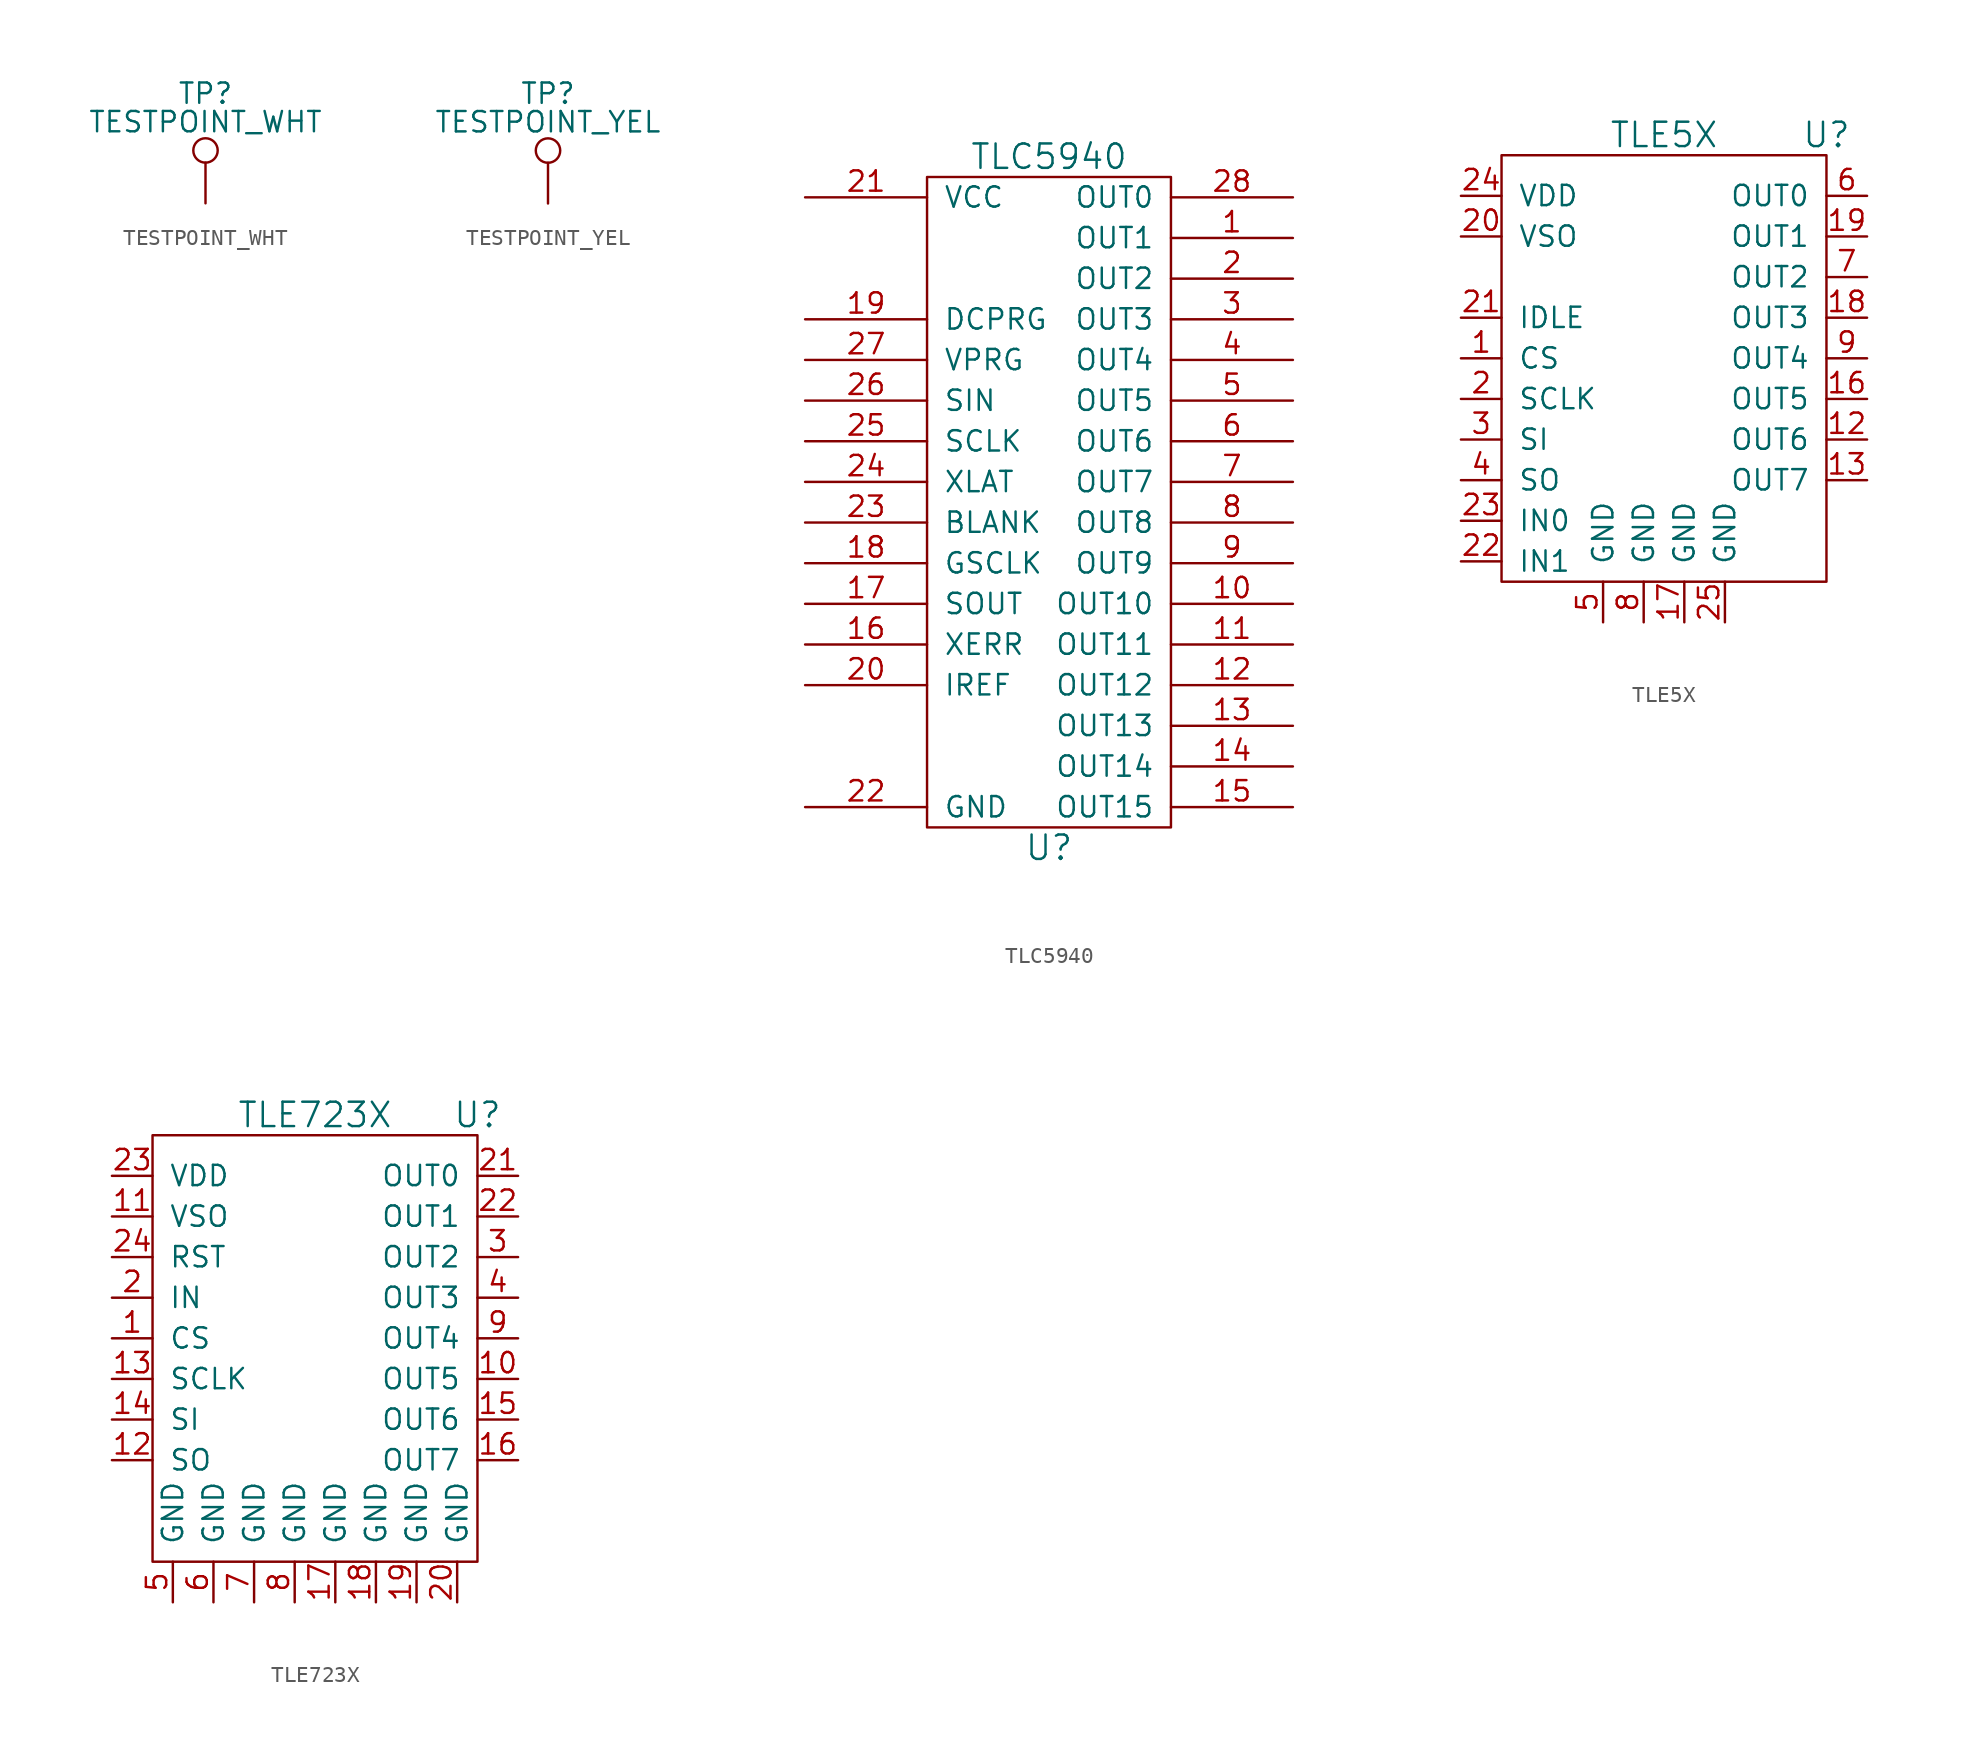
<source format=kicad_sym>
(kicad_symbol_lib
  (version 20211014)
  (generator kicad_symbol_editor)
  (symbol "TESTPOINT_WHT"
    (pin_numbers hide)
    (pin_names
      (offset 0.762) hide)
    (property "Reference" "TP"
      (at 0 6.858 0)
      (effects (font (size 1.27 1.27))))
    (property "Value" "TESTPOINT_WHT"
      (at 0 5.08 0)
      (effects (font (size 1.27 1.27))))
    (property "Datasheet" ""
      (at 5.08 0 0)
      (effects (font (size 1.27 1.27))))
    (symbol "TESTPOINT_WHT_0_1"
      (circle (center 0 3.302) (radius 0.762) (stroke (width 0) (type default) (color 0 0 0 0)) (fill (type none))))
    (symbol "TESTPOINT_WHT_1_1"
      (pin passive line (at 0 0 90) (length 2.54) (name "1" (effects (font (size 1.27 1.27)))) (number "1" (effects (font (size 1.27 1.27)))))))
  (symbol "TESTPOINT_YEL"
    (pin_numbers hide)
    (pin_names
      (offset 0.762) hide)
    (property "Reference" "TP"
      (at 0 6.858 0)
      (effects (font (size 1.27 1.27))))
    (property "Value" "TESTPOINT_YEL"
      (at 0 5.08 0)
      (effects (font (size 1.27 1.27))))
    (property "Datasheet" ""
      (at 5.08 0 0)
      (effects (font (size 1.27 1.27))))
    (symbol "TESTPOINT_YEL_0_1"
      (circle (center 0 3.302) (radius 0.762) (stroke (width 0) (type default) (color 0 0 0 0)) (fill (type none))))
    (symbol "TESTPOINT_YEL_1_1"
      (pin passive line (at 0 0 90) (length 2.54) (name "1" (effects (font (size 1.27 1.27)))) (number "1" (effects (font (size 1.27 1.27)))))))
  (symbol "TLC5940"
    (pin_names
      (offset 1.016))
    (property "Reference" "U"
      (at 0 -21.59 0)
      (effects (font (size 1.524 1.524))))
    (property "Value" "TLC5940"
      (at 0 21.59 0)
      (effects (font (size 1.524 1.524))))
    (property "Footprint" ""
      (at 0 0 0)
      (effects (font (size 1.524 1.524))))
    (property "Datasheet" ""
      (at 0 0 0)
      (effects (font (size 1.524 1.524))))
    (symbol "TLC5940_0_1"
      (rectangle (start -7.62 20.32) (end 7.62 -20.32) (stroke (width 0) (type default) (color 0 0 0 0)) (fill (type none))))
    (symbol "TLC5940_1_1"
      (pin output line (at 15.24 16.51 180) (length 7.62) (name "OUT1" (effects (font (size 1.27 1.27)))) (number "1" (effects (font (size 1.27 1.27)))))
      (pin output line (at 15.24 -6.35 180) (length 7.62) (name "OUT10" (effects (font (size 1.27 1.27)))) (number "10" (effects (font (size 1.27 1.27)))))
      (pin output line (at 15.24 -8.89 180) (length 7.62) (name "OUT11" (effects (font (size 1.27 1.27)))) (number "11" (effects (font (size 1.27 1.27)))))
      (pin output line (at 15.24 -11.43 180) (length 7.62) (name "OUT12" (effects (font (size 1.27 1.27)))) (number "12" (effects (font (size 1.27 1.27)))))
      (pin output line (at 15.24 -13.97 180) (length 7.62) (name "OUT13" (effects (font (size 1.27 1.27)))) (number "13" (effects (font (size 1.27 1.27)))))
      (pin output line (at 15.24 -16.51 180) (length 7.62) (name "OUT14" (effects (font (size 1.27 1.27)))) (number "14" (effects (font (size 1.27 1.27)))))
      (pin output line (at 15.24 -19.05 180) (length 7.62) (name "OUT15" (effects (font (size 1.27 1.27)))) (number "15" (effects (font (size 1.27 1.27)))))
      (pin bidirectional line (at -15.24 -8.89 0) (length 7.62) (name "XERR" (effects (font (size 1.27 1.27)))) (number "16" (effects (font (size 1.27 1.27)))))
      (pin bidirectional line (at -15.24 -6.35 0) (length 7.62) (name "SOUT" (effects (font (size 1.27 1.27)))) (number "17" (effects (font (size 1.27 1.27)))))
      (pin bidirectional line (at -15.24 -3.81 0) (length 7.62) (name "GSCLK" (effects (font (size 1.27 1.27)))) (number "18" (effects (font (size 1.27 1.27)))))
      (pin bidirectional line (at -15.24 11.43 0) (length 7.62) (name "DCPRG" (effects (font (size 1.27 1.27)))) (number "19" (effects (font (size 1.27 1.27)))))
      (pin output line (at 15.24 13.97 180) (length 7.62) (name "OUT2" (effects (font (size 1.27 1.27)))) (number "2" (effects (font (size 1.27 1.27)))))
      (pin bidirectional line (at -15.24 -11.43 0) (length 7.62) (name "IREF" (effects (font (size 1.27 1.27)))) (number "20" (effects (font (size 1.27 1.27)))))
      (pin power_in line (at -15.24 19.05 0) (length 7.62) (name "VCC" (effects (font (size 1.27 1.27)))) (number "21" (effects (font (size 1.27 1.27)))))
      (pin power_in line (at -15.24 -19.05 0) (length 7.62) (name "GND" (effects (font (size 1.27 1.27)))) (number "22" (effects (font (size 1.27 1.27)))))
      (pin bidirectional line (at -15.24 -1.27 0) (length 7.62) (name "BLANK" (effects (font (size 1.27 1.27)))) (number "23" (effects (font (size 1.27 1.27)))))
      (pin bidirectional line (at -15.24 1.27 0) (length 7.62) (name "XLAT" (effects (font (size 1.27 1.27)))) (number "24" (effects (font (size 1.27 1.27)))))
      (pin bidirectional line (at -15.24 3.81 0) (length 7.62) (name "SCLK" (effects (font (size 1.27 1.27)))) (number "25" (effects (font (size 1.27 1.27)))))
      (pin bidirectional line (at -15.24 6.35 0) (length 7.62) (name "SIN" (effects (font (size 1.27 1.27)))) (number "26" (effects (font (size 1.27 1.27)))))
      (pin bidirectional line (at -15.24 8.89 0) (length 7.62) (name "VPRG" (effects (font (size 1.27 1.27)))) (number "27" (effects (font (size 1.27 1.27)))))
      (pin output line (at 15.24 19.05 180) (length 7.62) (name "OUT0" (effects (font (size 1.27 1.27)))) (number "28" (effects (font (size 1.27 1.27)))))
      (pin output line (at 15.24 11.43 180) (length 7.62) (name "OUT3" (effects (font (size 1.27 1.27)))) (number "3" (effects (font (size 1.27 1.27)))))
      (pin output line (at 15.24 8.89 180) (length 7.62) (name "OUT4" (effects (font (size 1.27 1.27)))) (number "4" (effects (font (size 1.27 1.27)))))
      (pin output line (at 15.24 6.35 180) (length 7.62) (name "OUT5" (effects (font (size 1.27 1.27)))) (number "5" (effects (font (size 1.27 1.27)))))
      (pin output line (at 15.24 3.81 180) (length 7.62) (name "OUT6" (effects (font (size 1.27 1.27)))) (number "6" (effects (font (size 1.27 1.27)))))
      (pin output line (at 15.24 1.27 180) (length 7.62) (name "OUT7" (effects (font (size 1.27 1.27)))) (number "7" (effects (font (size 1.27 1.27)))))
      (pin output line (at 15.24 -1.27 180) (length 7.62) (name "OUT8" (effects (font (size 1.27 1.27)))) (number "8" (effects (font (size 1.27 1.27)))))
      (pin output line (at 15.24 -3.81 180) (length 7.62) (name "OUT9" (effects (font (size 1.27 1.27)))) (number "9" (effects (font (size 1.27 1.27)))))))
  (symbol "TLE5X"
    (pin_names
      (offset 1.016))
    (property "Reference" "U"
      (at 10.16 12.7 0)
      (effects (font (size 1.524 1.524))))
    (property "Value" "TLE5X"
      (at 0 12.7 0)
      (effects (font (size 1.524 1.524))))
    (property "Datasheet" ""
      (at 10.16 12.7 0)
      (effects (font (size 1.524 1.524))))
    (symbol "TLE5X_0_1"
      (rectangle (start -10.16 11.43) (end 10.16 -15.24) (stroke (width 0) (type default) (color 0 0 0 0)) (fill (type none))))
    (symbol "TLE5X_1_1"
      (pin bidirectional line (at -12.7 -1.27 0) (length 2.54) (name "CS" (effects (font (size 1.27 1.27)))) (number "1" (effects (font (size 1.27 1.27)))))
      (pin bidirectional line (at 12.7 -6.35 180) (length 2.54) (name "OUT6" (effects (font (size 1.27 1.27)))) (number "12" (effects (font (size 1.27 1.27)))))
      (pin bidirectional line (at 12.7 -8.89 180) (length 2.54) (name "OUT7" (effects (font (size 1.27 1.27)))) (number "13" (effects (font (size 1.27 1.27)))))
      (pin bidirectional line (at 12.7 -3.81 180) (length 2.54) (name "OUT5" (effects (font (size 1.27 1.27)))) (number "16" (effects (font (size 1.27 1.27)))))
      (pin power_in line (at 1.27 -17.78 90) (length 2.54) (name "GND" (effects (font (size 1.27 1.27)))) (number "17" (effects (font (size 1.27 1.27)))))
      (pin bidirectional line (at 12.7 1.27 180) (length 2.54) (name "OUT3" (effects (font (size 1.27 1.27)))) (number "18" (effects (font (size 1.27 1.27)))))
      (pin bidirectional line (at 12.7 6.35 180) (length 2.54) (name "OUT1" (effects (font (size 1.27 1.27)))) (number "19" (effects (font (size 1.27 1.27)))))
      (pin bidirectional line (at -12.7 -3.81 0) (length 2.54) (name "SCLK" (effects (font (size 1.27 1.27)))) (number "2" (effects (font (size 1.27 1.27)))))
      (pin power_in line (at -12.7 6.35 0) (length 2.54) (name "VSO" (effects (font (size 1.27 1.27)))) (number "20" (effects (font (size 1.27 1.27)))))
      (pin passive line (at -12.7 1.27 0) (length 2.54) (name "IDLE" (effects (font (size 1.27 1.27)))) (number "21" (effects (font (size 1.27 1.27)))))
      (pin passive line (at -12.7 -13.97 0) (length 2.54) (name "IN1" (effects (font (size 1.27 1.27)))) (number "22" (effects (font (size 1.27 1.27)))))
      (pin passive line (at -12.7 -11.43 0) (length 2.54) (name "IN0" (effects (font (size 1.27 1.27)))) (number "23" (effects (font (size 1.27 1.27)))))
      (pin power_in line (at -12.7 8.89 0) (length 2.54) (name "VDD" (effects (font (size 1.27 1.27)))) (number "24" (effects (font (size 1.27 1.27)))))
      (pin power_in line (at 3.81 -17.78 90) (length 2.54) (name "GND" (effects (font (size 1.27 1.27)))) (number "25" (effects (font (size 1.27 1.27)))))
      (pin bidirectional line (at -12.7 -6.35 0) (length 2.54) (name "SI" (effects (font (size 1.27 1.27)))) (number "3" (effects (font (size 1.27 1.27)))))
      (pin bidirectional line (at -12.7 -8.89 0) (length 2.54) (name "SO" (effects (font (size 1.27 1.27)))) (number "4" (effects (font (size 1.27 1.27)))))
      (pin power_in line (at -3.81 -17.78 90) (length 2.54) (name "GND" (effects (font (size 1.27 1.27)))) (number "5" (effects (font (size 1.27 1.27)))))
      (pin bidirectional line (at 12.7 8.89 180) (length 2.54) (name "OUT0" (effects (font (size 1.27 1.27)))) (number "6" (effects (font (size 1.27 1.27)))))
      (pin bidirectional line (at 12.7 3.81 180) (length 2.54) (name "OUT2" (effects (font (size 1.27 1.27)))) (number "7" (effects (font (size 1.27 1.27)))))
      (pin power_in line (at -1.27 -17.78 90) (length 2.54) (name "GND" (effects (font (size 1.27 1.27)))) (number "8" (effects (font (size 1.27 1.27)))))
      (pin bidirectional line (at 12.7 -1.27 180) (length 2.54) (name "OUT4" (effects (font (size 1.27 1.27)))) (number "9" (effects (font (size 1.27 1.27)))))))
  (symbol "TLE723X"
    (pin_names
      (offset 1.016))
    (property "Reference" "U"
      (at 10.16 12.7 0)
      (effects (font (size 1.524 1.524))))
    (property "Value" "TLE723X"
      (at 0 12.7 0)
      (effects (font (size 1.524 1.524))))
    (property "Datasheet" ""
      (at 10.16 12.7 0)
      (effects (font (size 1.524 1.524))))
    (symbol "TLE723X_0_1"
      (rectangle (start -10.16 11.43) (end 10.16 -15.24) (stroke (width 0) (type default) (color 0 0 0 0)) (fill (type none))))
    (symbol "TLE723X_1_1"
      (pin bidirectional line (at -12.7 -1.27 0) (length 2.54) (name "CS" (effects (font (size 1.27 1.27)))) (number "1" (effects (font (size 1.27 1.27)))))
      (pin bidirectional line (at 12.7 -3.81 180) (length 2.54) (name "OUT5" (effects (font (size 1.27 1.27)))) (number "10" (effects (font (size 1.27 1.27)))))
      (pin power_in line (at -12.7 6.35 0) (length 2.54) (name "VSO" (effects (font (size 1.27 1.27)))) (number "11" (effects (font (size 1.27 1.27)))))
      (pin bidirectional line (at -12.7 -8.89 0) (length 2.54) (name "SO" (effects (font (size 1.27 1.27)))) (number "12" (effects (font (size 1.27 1.27)))))
      (pin bidirectional line (at -12.7 -3.81 0) (length 2.54) (name "SCLK" (effects (font (size 1.27 1.27)))) (number "13" (effects (font (size 1.27 1.27)))))
      (pin bidirectional line (at -12.7 -6.35 0) (length 2.54) (name "SI" (effects (font (size 1.27 1.27)))) (number "14" (effects (font (size 1.27 1.27)))))
      (pin bidirectional line (at 12.7 -6.35 180) (length 2.54) (name "OUT6" (effects (font (size 1.27 1.27)))) (number "15" (effects (font (size 1.27 1.27)))))
      (pin bidirectional line (at 12.7 -8.89 180) (length 2.54) (name "OUT7" (effects (font (size 1.27 1.27)))) (number "16" (effects (font (size 1.27 1.27)))))
      (pin power_in line (at 1.27 -17.78 90) (length 2.54) (name "GND" (effects (font (size 1.27 1.27)))) (number "17" (effects (font (size 1.27 1.27)))))
      (pin power_in line (at 3.81 -17.78 90) (length 2.54) (name "GND" (effects (font (size 1.27 1.27)))) (number "18" (effects (font (size 1.27 1.27)))))
      (pin power_in line (at 6.35 -17.78 90) (length 2.54) (name "GND" (effects (font (size 1.27 1.27)))) (number "19" (effects (font (size 1.27 1.27)))))
      (pin passive line (at -12.7 1.27 0) (length 2.54) (name "IN" (effects (font (size 1.27 1.27)))) (number "2" (effects (font (size 1.27 1.27)))))
      (pin power_in line (at 8.89 -17.78 90) (length 2.54) (name "GND" (effects (font (size 1.27 1.27)))) (number "20" (effects (font (size 1.27 1.27)))))
      (pin bidirectional line (at 12.7 8.89 180) (length 2.54) (name "OUT0" (effects (font (size 1.27 1.27)))) (number "21" (effects (font (size 1.27 1.27)))))
      (pin bidirectional line (at 12.7 6.35 180) (length 2.54) (name "OUT1" (effects (font (size 1.27 1.27)))) (number "22" (effects (font (size 1.27 1.27)))))
      (pin power_in line (at -12.7 8.89 0) (length 2.54) (name "VDD" (effects (font (size 1.27 1.27)))) (number "23" (effects (font (size 1.27 1.27)))))
      (pin bidirectional line (at -12.7 3.81 0) (length 2.54) (name "RST" (effects (font (size 1.27 1.27)))) (number "24" (effects (font (size 1.27 1.27)))))
      (pin bidirectional line (at 12.7 3.81 180) (length 2.54) (name "OUT2" (effects (font (size 1.27 1.27)))) (number "3" (effects (font (size 1.27 1.27)))))
      (pin bidirectional line (at 12.7 1.27 180) (length 2.54) (name "OUT3" (effects (font (size 1.27 1.27)))) (number "4" (effects (font (size 1.27 1.27)))))
      (pin power_in line (at -8.89 -17.78 90) (length 2.54) (name "GND" (effects (font (size 1.27 1.27)))) (number "5" (effects (font (size 1.27 1.27)))))
      (pin power_in line (at -6.35 -17.78 90) (length 2.54) (name "GND" (effects (font (size 1.27 1.27)))) (number "6" (effects (font (size 1.27 1.27)))))
      (pin power_in line (at -3.81 -17.78 90) (length 2.54) (name "GND" (effects (font (size 1.27 1.27)))) (number "7" (effects (font (size 1.27 1.27)))))
      (pin power_in line (at -1.27 -17.78 90) (length 2.54) (name "GND" (effects (font (size 1.27 1.27)))) (number "8" (effects (font (size 1.27 1.27)))))
      (pin bidirectional line (at 12.7 -1.27 180) (length 2.54) (name "OUT4" (effects (font (size 1.27 1.27)))) (number "9" (effects (font (size 1.27 1.27))))))))
</source>
